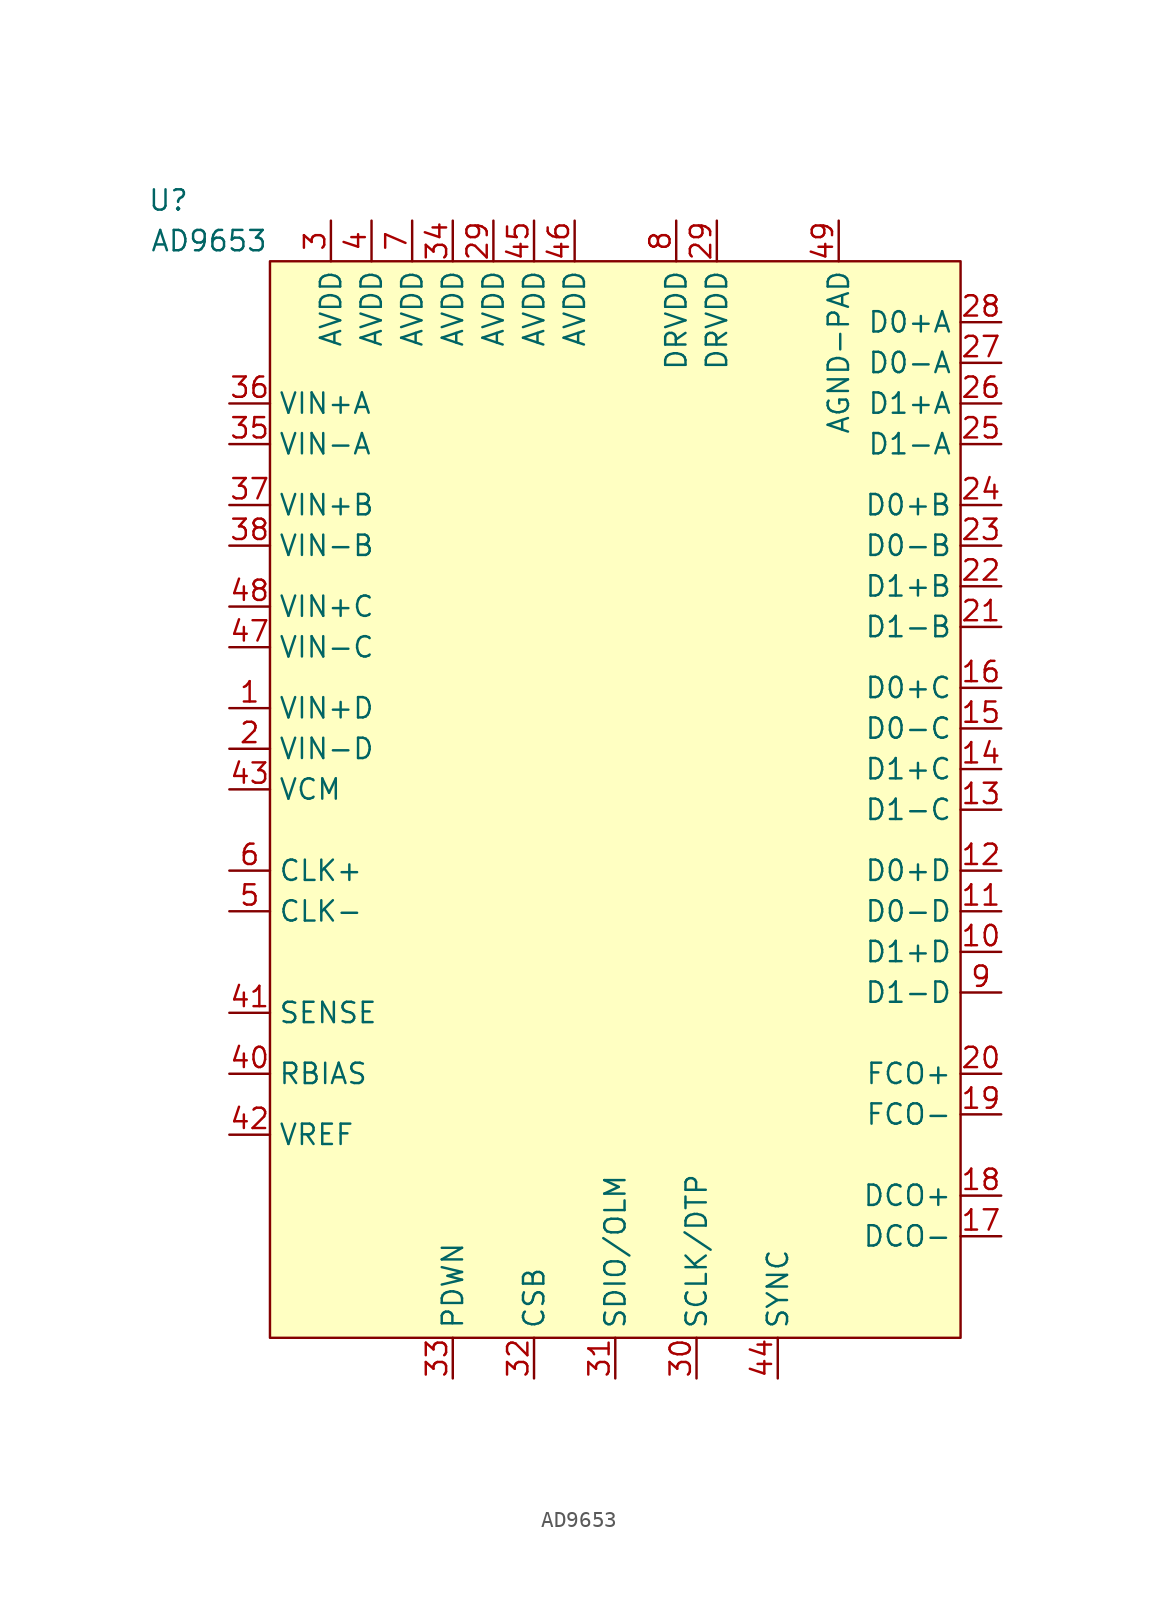
<source format=kicad_sym>
(kicad_symbol_lib
  (version 20241209)
  (generator "kicad_symbol_editor")
  (generator_version "9.0")
  (symbol "AD9653"
    (property "Reference" "U"
      (at -6.35 3.81 0)
      (effects (font (size 1.27 1.27))))
    (property "Value" "AD9653"
      (at -3.81 1.27 0)
      (effects (font (size 1.27 1.27))))
    (symbol "AD9653_0_1"
      (rectangle (start 0 0) (end 43.18 -67.31) (stroke (width 0) (type default)) (fill (type background))))
    (symbol "AD9653_1_1"
      (pin passive line (at -2.54 -8.89 0) (length 2.54) (name "VIN+A" (effects (font (size 1.27 1.27)))) (number "36" (effects (font (size 1.27 1.27)))))
      (pin passive line (at -2.54 -11.43 0) (length 2.54) (name "VIN-A" (effects (font (size 1.27 1.27)))) (number "35" (effects (font (size 1.27 1.27)))))
      (pin passive line (at -2.54 -15.24 0) (length 2.54) (name "VIN+B" (effects (font (size 1.27 1.27)))) (number "37" (effects (font (size 1.27 1.27)))))
      (pin passive line (at -2.54 -17.78 0) (length 2.54) (name "VIN-B" (effects (font (size 1.27 1.27)))) (number "38" (effects (font (size 1.27 1.27)))))
      (pin passive line (at -2.54 -21.59 0) (length 2.54) (name "VIN+C" (effects (font (size 1.27 1.27)))) (number "48" (effects (font (size 1.27 1.27)))))
      (pin passive line (at -2.54 -24.13 0) (length 2.54) (name "VIN-C" (effects (font (size 1.27 1.27)))) (number "47" (effects (font (size 1.27 1.27)))))
      (pin passive line (at -2.54 -27.94 0) (length 2.54) (name "VIN+D" (effects (font (size 1.27 1.27)))) (number "1" (effects (font (size 1.27 1.27)))))
      (pin passive line (at -2.54 -30.48 0) (length 2.54) (name "VIN-D" (effects (font (size 1.27 1.27)))) (number "2" (effects (font (size 1.27 1.27)))))
      (pin passive line (at -2.54 -33.02 0) (length 2.54) (name "VCM" (effects (font (size 1.27 1.27)))) (number "43" (effects (font (size 1.27 1.27)))))
      (pin passive line (at -2.54 -38.1 0) (length 2.54) (name "CLK+" (effects (font (size 1.27 1.27)))) (number "6" (effects (font (size 1.27 1.27)))))
      (pin passive line (at -2.54 -40.64 0) (length 2.54) (name "CLK-" (effects (font (size 1.27 1.27)))) (number "5" (effects (font (size 1.27 1.27)))))
      (pin passive line (at -2.54 -46.99 0) (length 2.54) (name "SENSE" (effects (font (size 1.27 1.27)))) (number "41" (effects (font (size 1.27 1.27)))))
      (pin passive line (at -2.54 -50.8 0) (length 2.54) (name "RBIAS" (effects (font (size 1.27 1.27)))) (number "40" (effects (font (size 1.27 1.27)))))
      (pin passive line (at -2.54 -54.61 0) (length 2.54) (name "VREF" (effects (font (size 1.27 1.27)))) (number "42" (effects (font (size 1.27 1.27)))))
      (pin passive line (at 3.81 2.54 270) (length 2.54) (name "AVDD" (effects (font (size 1.27 1.27)))) (number "3" (effects (font (size 1.27 1.27)))))
      (pin passive line (at 6.35 2.54 270) (length 2.54) (name "AVDD" (effects (font (size 1.27 1.27)))) (number "4" (effects (font (size 1.27 1.27)))))
      (pin passive line (at 8.89 2.54 270) (length 2.54) (name "AVDD" (effects (font (size 1.27 1.27)))) (number "7" (effects (font (size 1.27 1.27)))))
      (pin passive line (at 11.43 2.54 270) (length 2.54) (name "AVDD" (effects (font (size 1.27 1.27)))) (number "34" (effects (font (size 1.27 1.27)))))
      (pin passive line (at 11.43 -69.85 90) (length 2.54) (name "PDWN" (effects (font (size 1.27 1.27)))) (number "33" (effects (font (size 1.27 1.27)))))
      (pin passive line (at 13.97 2.54 270) (length 2.54) (name "AVDD" (effects (font (size 1.27 1.27)))) (number "29" (effects (font (size 1.27 1.27)))))
      (pin passive line (at 16.51 2.54 270) (length 2.54) (name "AVDD" (effects (font (size 1.27 1.27)))) (number "45" (effects (font (size 1.27 1.27)))))
      (pin passive line (at 16.51 -69.85 90) (length 2.54) (name "CSB" (effects (font (size 1.27 1.27)))) (number "32" (effects (font (size 1.27 1.27)))))
      (pin passive line (at 19.05 2.54 270) (length 2.54) (name "AVDD" (effects (font (size 1.27 1.27)))) (number "46" (effects (font (size 1.27 1.27)))))
      (pin passive line (at 21.59 -69.85 90) (length 2.54) (name "SDIO/OLM" (effects (font (size 1.27 1.27)))) (number "31" (effects (font (size 1.27 1.27)))))
      (pin passive line (at 25.4 2.54 270) (length 2.54) (name "DRVDD" (effects (font (size 1.27 1.27)))) (number "8" (effects (font (size 1.27 1.27)))))
      (pin passive line (at 26.67 -69.85 90) (length 2.54) (name "SCLK/DTP" (effects (font (size 1.27 1.27)))) (number "30" (effects (font (size 1.27 1.27)))))
      (pin passive line (at 27.94 2.54 270) (length 2.54) (name "DRVDD" (effects (font (size 1.27 1.27)))) (number "29" (effects (font (size 1.27 1.27)))))
      (pin passive line (at 31.75 -69.85 90) (length 2.54) (name "SYNC" (effects (font (size 1.27 1.27)))) (number "44" (effects (font (size 1.27 1.27)))))
      (pin passive line (at 35.56 2.54 270) (length 2.54) (name "AGND-PAD" (effects (font (size 1.27 1.27)))) (number "49" (effects (font (size 1.27 1.27)))))
      (pin passive line (at 45.72 -3.81 180) (length 2.54) (name "D0+A" (effects (font (size 1.27 1.27)))) (number "28" (effects (font (size 1.27 1.27)))))
      (pin passive line (at 45.72 -6.35 180) (length 2.54) (name "D0-A" (effects (font (size 1.27 1.27)))) (number "27" (effects (font (size 1.27 1.27)))))
      (pin passive line (at 45.72 -8.89 180) (length 2.54) (name "D1+A" (effects (font (size 1.27 1.27)))) (number "26" (effects (font (size 1.27 1.27)))))
      (pin passive line (at 45.72 -11.43 180) (length 2.54) (name "D1-A" (effects (font (size 1.27 1.27)))) (number "25" (effects (font (size 1.27 1.27)))))
      (pin passive line (at 45.72 -15.24 180) (length 2.54) (name "D0+B" (effects (font (size 1.27 1.27)))) (number "24" (effects (font (size 1.27 1.27)))))
      (pin passive line (at 45.72 -17.78 180) (length 2.54) (name "D0-B" (effects (font (size 1.27 1.27)))) (number "23" (effects (font (size 1.27 1.27)))))
      (pin passive line (at 45.72 -20.32 180) (length 2.54) (name "D1+B" (effects (font (size 1.27 1.27)))) (number "22" (effects (font (size 1.27 1.27)))))
      (pin passive line (at 45.72 -22.86 180) (length 2.54) (name "D1-B" (effects (font (size 1.27 1.27)))) (number "21" (effects (font (size 1.27 1.27)))))
      (pin passive line (at 45.72 -26.67 180) (length 2.54) (name "D0+C" (effects (font (size 1.27 1.27)))) (number "16" (effects (font (size 1.27 1.27)))))
      (pin passive line (at 45.72 -29.21 180) (length 2.54) (name "D0-C" (effects (font (size 1.27 1.27)))) (number "15" (effects (font (size 1.27 1.27)))))
      (pin passive line (at 45.72 -31.75 180) (length 2.54) (name "D1+C" (effects (font (size 1.27 1.27)))) (number "14" (effects (font (size 1.27 1.27)))))
      (pin passive line (at 45.72 -34.29 180) (length 2.54) (name "D1-C" (effects (font (size 1.27 1.27)))) (number "13" (effects (font (size 1.27 1.27)))))
      (pin passive line (at 45.72 -38.1 180) (length 2.54) (name "D0+D" (effects (font (size 1.27 1.27)))) (number "12" (effects (font (size 1.27 1.27)))))
      (pin passive line (at 45.72 -40.64 180) (length 2.54) (name "D0-D" (effects (font (size 1.27 1.27)))) (number "11" (effects (font (size 1.27 1.27)))))
      (pin passive line (at 45.72 -43.18 180) (length 2.54) (name "D1+D" (effects (font (size 1.27 1.27)))) (number "10" (effects (font (size 1.27 1.27)))))
      (pin passive line (at 45.72 -45.72 180) (length 2.54) (name "D1-D" (effects (font (size 1.27 1.27)))) (number "9" (effects (font (size 1.27 1.27)))))
      (pin passive line (at 45.72 -50.8 180) (length 2.54) (name "FCO+" (effects (font (size 1.27 1.27)))) (number "20" (effects (font (size 1.27 1.27)))))
      (pin passive line (at 45.72 -53.34 180) (length 2.54) (name "FCO-" (effects (font (size 1.27 1.27)))) (number "19" (effects (font (size 1.27 1.27)))))
      (pin passive line (at 45.72 -58.42 180) (length 2.54) (name "DCO+" (effects (font (size 1.27 1.27)))) (number "18" (effects (font (size 1.27 1.27)))))
      (pin passive line (at 45.72 -60.96 180) (length 2.54) (name "DCO-" (effects (font (size 1.27 1.27)))) (number "17" (effects (font (size 1.27 1.27))))))))
</source>
